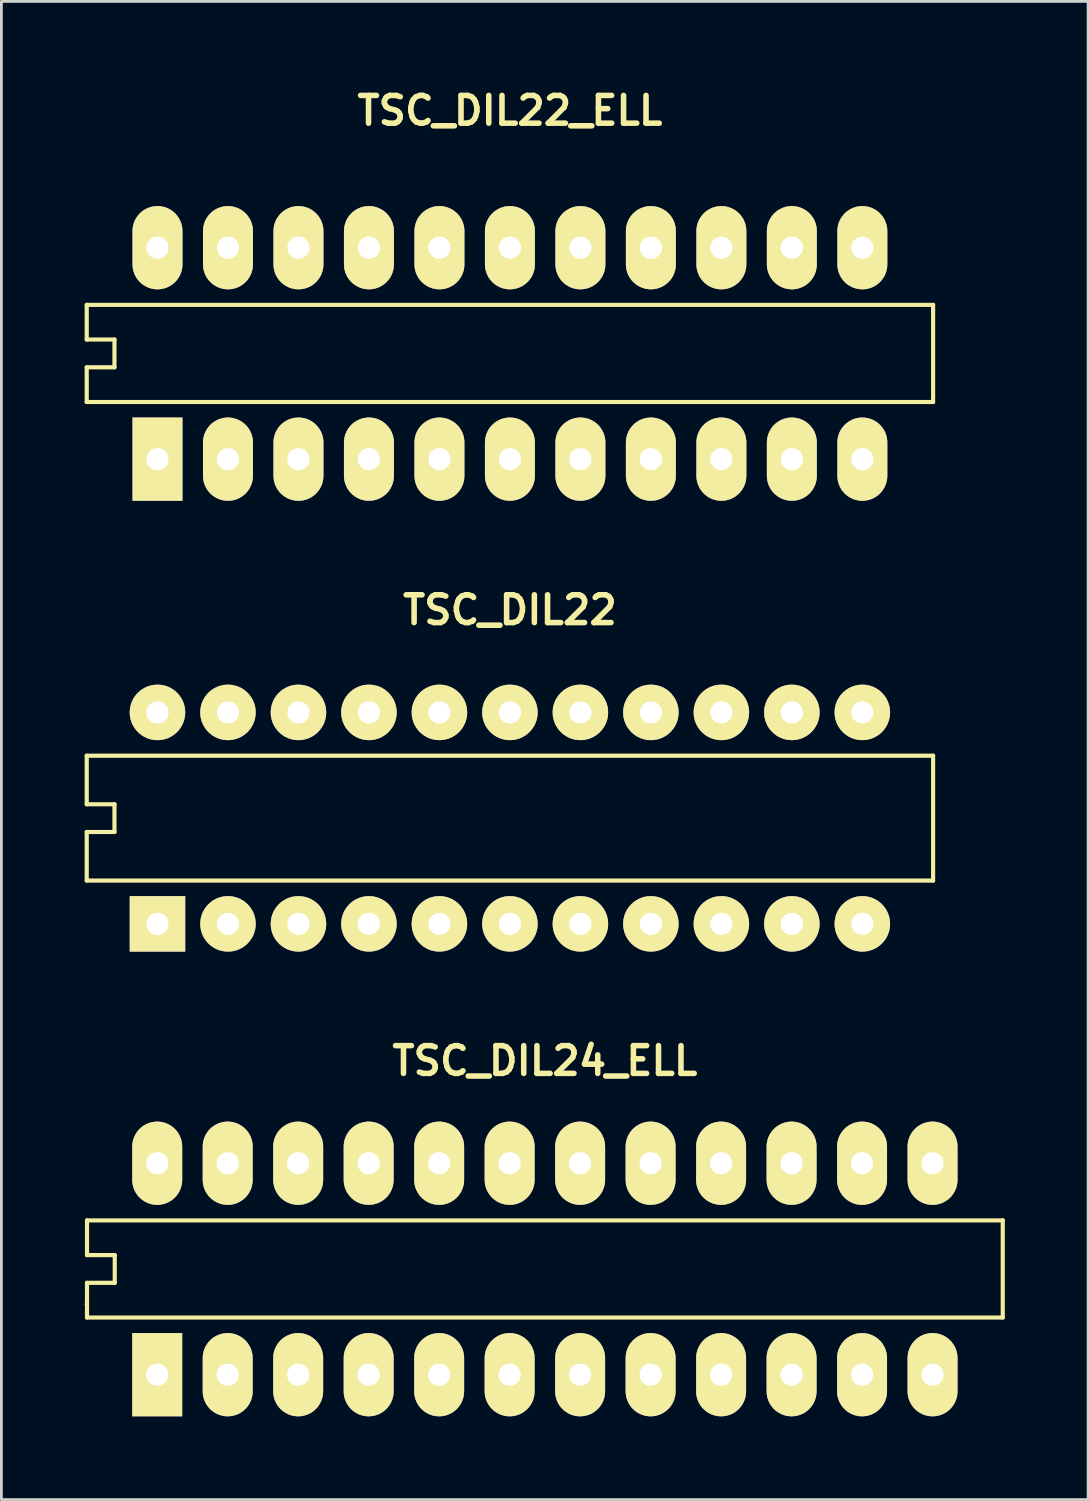
<source format=kicad_pcb>
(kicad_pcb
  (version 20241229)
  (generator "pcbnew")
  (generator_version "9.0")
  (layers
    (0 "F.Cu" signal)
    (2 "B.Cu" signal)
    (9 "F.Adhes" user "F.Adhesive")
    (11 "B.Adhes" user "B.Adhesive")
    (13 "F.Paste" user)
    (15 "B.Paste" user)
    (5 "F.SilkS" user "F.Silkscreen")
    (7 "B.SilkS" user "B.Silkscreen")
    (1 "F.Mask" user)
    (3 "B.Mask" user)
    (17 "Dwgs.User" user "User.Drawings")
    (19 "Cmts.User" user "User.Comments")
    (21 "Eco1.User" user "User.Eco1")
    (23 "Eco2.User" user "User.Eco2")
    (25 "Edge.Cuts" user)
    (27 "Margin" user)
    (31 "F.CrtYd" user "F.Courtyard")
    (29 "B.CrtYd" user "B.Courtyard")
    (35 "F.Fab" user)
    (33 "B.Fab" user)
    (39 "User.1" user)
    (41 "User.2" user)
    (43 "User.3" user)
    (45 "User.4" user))
  (footprint "TSC_DIL22"
    (layer "F.Cu")
    (at 15.325 26.432)
    (property "Reference" "TSC_DIL22" (at 0 -7.5 0) (layer "F.SilkS") (effects (font (size 1 1) (thickness 0.2))))
    (attr through_hole)
    (fp_line (start -15.25 -2.25) (end 15.25 -2.25) (stroke (width 0.15) (type solid)) (layer "F.SilkS"))
    (fp_line (start -15.25 -0.5) (end -15.25 -2.25) (stroke (width 0.15) (type solid)) (layer "F.SilkS"))
    (fp_line (start -15.25 0.5) (end -14.25 0.5) (stroke (width 0.15) (type solid)) (layer "F.SilkS"))
    (fp_line (start -15.25 2.25) (end -15.25 0.5) (stroke (width 0.15) (type solid)) (layer "F.SilkS"))
    (fp_line (start -14.25 -0.5) (end -15.25 -0.5) (stroke (width 0.15) (type solid)) (layer "F.SilkS"))
    (fp_line (start -14.25 0.5) (end -14.25 -0.5) (stroke (width 0.15) (type solid)) (layer "F.SilkS"))
    (fp_line (start 15.25 -2.25) (end 15.25 2.25) (stroke (width 0.15) (type solid)) (layer "F.SilkS"))
    (fp_line (start 15.25 2.25) (end -15.25 2.25) (stroke (width 0.15) (type solid)) (layer "F.SilkS"))
    (pad "1" thru_hole rect (at -12.7 3.81) (size 2 2) (drill 0.8) (layers "*.Cu" "*.Mask" "F.SilkS"))
    (pad "2" thru_hole circle (at -10.16 3.81) (size 2 2) (drill 0.8) (layers "*.Cu" "*.Mask" "F.SilkS"))
    (pad "3" thru_hole circle (at -7.62 3.81) (size 2 2) (drill 0.8) (layers "*.Cu" "*.Mask" "F.SilkS"))
    (pad "4" thru_hole circle (at -5.08 3.81) (size 2 2) (drill 0.8) (layers "*.Cu" "*.Mask" "F.SilkS"))
    (pad "5" thru_hole circle (at -2.54 3.81) (size 2 2) (drill 0.8) (layers "*.Cu" "*.Mask" "F.SilkS"))
    (pad "6" thru_hole circle (at 0 3.81) (size 2 2) (drill 0.8) (layers "*.Cu" "*.Mask" "F.SilkS"))
    (pad "7" thru_hole circle (at 2.54 3.81) (size 2 2) (drill 0.8) (layers "*.Cu" "*.Mask" "F.SilkS"))
    (pad "8" thru_hole circle (at 5.08 3.81) (size 2 2) (drill 0.8) (layers "*.Cu" "*.Mask" "F.SilkS"))
    (pad "9" thru_hole circle (at 7.62 3.81) (size 2 2) (drill 0.8) (layers "*.Cu" "*.Mask" "F.SilkS"))
    (pad "10" thru_hole circle (at 10.16 3.81) (size 2 2) (drill 0.8) (layers "*.Cu" "*.Mask" "F.SilkS"))
    (pad "11" thru_hole circle (at 12.7 3.81) (size 2 2) (drill 0.8) (layers "*.Cu" "*.Mask" "F.SilkS"))
    (pad "12" thru_hole circle (at 12.7 -3.81) (size 2 2) (drill 0.8) (layers "*.Cu" "*.Mask" "F.SilkS"))
    (pad "13" thru_hole circle (at 10.16 -3.81) (size 2 2) (drill 0.8) (layers "*.Cu" "*.Mask" "F.SilkS"))
    (pad "14" thru_hole circle (at 7.62 -3.81) (size 2 2) (drill 0.8) (layers "*.Cu" "*.Mask" "F.SilkS"))
    (pad "15" thru_hole circle (at 5.08 -3.81) (size 2 2) (drill 0.8) (layers "*.Cu" "*.Mask" "F.SilkS"))
    (pad "16" thru_hole circle (at 2.54 -3.81) (size 2 2) (drill 0.8) (layers "*.Cu" "*.Mask" "F.SilkS"))
    (pad "17" thru_hole circle (at 0 -3.81) (size 2 2) (drill 0.8) (layers "*.Cu" "*.Mask" "F.SilkS"))
    (pad "18" thru_hole circle (at -2.54 -3.81) (size 2 2) (drill 0.8) (layers "*.Cu" "*.Mask" "F.SilkS"))
    (pad "19" thru_hole circle (at -5.08 -3.81) (size 2 2) (drill 0.8) (layers "*.Cu" "*.Mask" "F.SilkS"))
    (pad "20" thru_hole circle (at -7.62 -3.81) (size 2 2) (drill 0.8) (layers "*.Cu" "*.Mask" "F.SilkS"))
    (pad "21" thru_hole circle (at -10.16 -3.81) (size 2 2) (drill 0.8) (layers "*.Cu" "*.Mask" "F.SilkS"))
    (pad "22" thru_hole circle (at -12.7 -3.81) (size 2 2) (drill 0.8) (layers "*.Cu" "*.Mask" "F.SilkS")))
  (footprint "TSC_DIL22_ELL"
    (layer "F.Cu")
    (at 15.325 9.686)
    (property "Reference" "TSC_DIL22_ELL" (at 0 -8.75 0) (layer "F.SilkS") (effects (font (size 1 1) (thickness 0.2))))
    (attr through_hole)
    (fp_line (start -15.25 -1.75) (end 15.25 -1.75) (stroke (width 0.15) (type solid)) (layer "F.SilkS"))
    (fp_line (start -15.25 -0.5) (end -15.25 -1.75) (stroke (width 0.15) (type solid)) (layer "F.SilkS"))
    (fp_line (start -15.25 0.5) (end -14.25 0.5) (stroke (width 0.15) (type solid)) (layer "F.SilkS"))
    (fp_line (start -15.25 1.75) (end -15.25 0.5) (stroke (width 0.15) (type solid)) (layer "F.SilkS"))
    (fp_line (start -14.25 -0.5) (end -15.25 -0.5) (stroke (width 0.15) (type solid)) (layer "F.SilkS"))
    (fp_line (start -14.25 0.5) (end -14.25 -0.5) (stroke (width 0.15) (type solid)) (layer "F.SilkS"))
    (fp_line (start 15.25 -1.75) (end 15.25 1.75) (stroke (width 0.15) (type solid)) (layer "F.SilkS"))
    (fp_line (start 15.25 1.75) (end -15.25 1.75) (stroke (width 0.15) (type solid)) (layer "F.SilkS"))
    (pad "1" thru_hole rect (at -12.7 3.81) (size 1.8 3) (drill 0.8) (layers "*.Cu" "*.Mask" "F.SilkS"))
    (pad "2" thru_hole oval (at -10.16 3.81) (size 1.8 3) (drill 0.8) (layers "*.Cu" "*.Mask" "F.SilkS"))
    (pad "3" thru_hole oval (at -7.62 3.81) (size 1.8 3) (drill 0.8) (layers "*.Cu" "*.Mask" "F.SilkS"))
    (pad "4" thru_hole oval (at -5.08 3.81) (size 1.8 3) (drill 0.8) (layers "*.Cu" "*.Mask" "F.SilkS"))
    (pad "5" thru_hole oval (at -2.54 3.81) (size 1.8 3) (drill 0.8) (layers "*.Cu" "*.Mask" "F.SilkS"))
    (pad "6" thru_hole oval (at 0 3.81) (size 1.8 3) (drill 0.8) (layers "*.Cu" "*.Mask" "F.SilkS"))
    (pad "7" thru_hole oval (at 2.54 3.81) (size 1.8 3) (drill 0.8) (layers "*.Cu" "*.Mask" "F.SilkS"))
    (pad "8" thru_hole oval (at 5.08 3.81) (size 1.8 3) (drill 0.8) (layers "*.Cu" "*.Mask" "F.SilkS"))
    (pad "9" thru_hole oval (at 7.62 3.81) (size 1.8 3) (drill 0.8) (layers "*.Cu" "*.Mask" "F.SilkS"))
    (pad "10" thru_hole oval (at 10.16 3.81) (size 1.8 3) (drill 0.8) (layers "*.Cu" "*.Mask" "F.SilkS"))
    (pad "11" thru_hole oval (at 12.7 3.81) (size 1.8 3) (drill 0.8) (layers "*.Cu" "*.Mask" "F.SilkS"))
    (pad "12" thru_hole oval (at 12.7 -3.81) (size 1.8 3) (drill 0.8) (layers "*.Cu" "*.Mask" "F.SilkS"))
    (pad "13" thru_hole oval (at 10.16 -3.81) (size 1.8 3) (drill 0.8) (layers "*.Cu" "*.Mask" "F.SilkS"))
    (pad "14" thru_hole oval (at 7.62 -3.81) (size 1.8 3) (drill 0.8) (layers "*.Cu" "*.Mask" "F.SilkS"))
    (pad "15" thru_hole oval (at 5.08 -3.81) (size 1.8 3) (drill 0.8) (layers "*.Cu" "*.Mask" "F.SilkS"))
    (pad "16" thru_hole oval (at 2.54 -3.81) (size 1.8 3) (drill 0.8) (layers "*.Cu" "*.Mask" "F.SilkS"))
    (pad "17" thru_hole oval (at 0 -3.81) (size 1.8 3) (drill 0.8) (layers "*.Cu" "*.Mask" "F.SilkS"))
    (pad "18" thru_hole oval (at -2.54 -3.81) (size 1.8 3) (drill 0.8) (layers "*.Cu" "*.Mask" "F.SilkS"))
    (pad "19" thru_hole oval (at -5.08 -3.81) (size 1.8 3) (drill 0.8) (layers "*.Cu" "*.Mask" "F.SilkS"))
    (pad "20" thru_hole oval (at -7.62 -3.81) (size 1.8 3) (drill 0.8) (layers "*.Cu" "*.Mask" "F.SilkS"))
    (pad "21" thru_hole oval (at -10.16 -3.81) (size 1.8 3) (drill 0.8) (layers "*.Cu" "*.Mask" "F.SilkS"))
    (pad "22" thru_hole oval (at -12.7 -3.81) (size 1.8 3) (drill 0.8) (layers "*.Cu" "*.Mask" "F.SilkS")))
  (footprint "TSC_DIL24_ELL"
    (layer "F.Cu")
    (at 16.585 42.678)
    (property "Reference" "TSC_DIL24_ELL" (at 0 -7.5 0) (layer "F.SilkS") (effects (font (size 1 1) (thickness 0.2))))
    (attr through_hole)
    (fp_line (start -16.51 1.27) (end -16.51 1.27) (stroke (width 0.15) (type solid)) (layer "F.SilkS"))
    (fp_line (start -16.5 -1.75) (end 16.5 -1.75) (stroke (width 0.15) (type solid)) (layer "F.SilkS"))
    (fp_line (start -16.5 -0.5) (end -16.5 -1.75) (stroke (width 0.15) (type solid)) (layer "F.SilkS"))
    (fp_line (start -16.5 0.5) (end -15.5 0.5) (stroke (width 0.15) (type solid)) (layer "F.SilkS"))
    (fp_line (start -16.5 1.75) (end -16.5 0.5) (stroke (width 0.15) (type solid)) (layer "F.SilkS"))
    (fp_line (start -15.5 -0.5) (end -16.5 -0.5) (stroke (width 0.15) (type solid)) (layer "F.SilkS"))
    (fp_line (start -15.5 0.5) (end -15.5 -0.5) (stroke (width 0.15) (type solid)) (layer "F.SilkS"))
    (fp_line (start 16.5 -1.75) (end 16.5 1.75) (stroke (width 0.15) (type solid)) (layer "F.SilkS"))
    (fp_line (start 16.5 1.75) (end -16.5 1.75) (stroke (width 0.15) (type solid)) (layer "F.SilkS"))
    (pad "1" thru_hole rect (at -13.97 3.81) (size 1.8 3) (drill 0.8) (layers "*.Cu" "*.Mask" "F.SilkS"))
    (pad "2" thru_hole oval (at -11.43 3.81) (size 1.8 3) (drill 0.8) (layers "*.Cu" "*.Mask" "F.SilkS"))
    (pad "3" thru_hole oval (at -8.89 3.81) (size 1.8 3) (drill 0.8) (layers "*.Cu" "*.Mask" "F.SilkS"))
    (pad "4" thru_hole oval (at -6.35 3.81) (size 1.8 3) (drill 0.8) (layers "*.Cu" "*.Mask" "F.SilkS"))
    (pad "5" thru_hole oval (at -3.81 3.81) (size 1.8 3) (drill 0.8) (layers "*.Cu" "*.Mask" "F.SilkS"))
    (pad "6" thru_hole oval (at -1.27 3.81) (size 1.8 3) (drill 0.8) (layers "*.Cu" "*.Mask" "F.SilkS"))
    (pad "7" thru_hole oval (at 1.27 3.81) (size 1.8 3) (drill 0.8) (layers "*.Cu" "*.Mask" "F.SilkS"))
    (pad "8" thru_hole oval (at 3.81 3.81) (size 1.8 3) (drill 0.8) (layers "*.Cu" "*.Mask" "F.SilkS"))
    (pad "9" thru_hole oval (at 6.35 3.81) (size 1.8 3) (drill 0.8) (layers "*.Cu" "*.Mask" "F.SilkS"))
    (pad "10" thru_hole oval (at 8.89 3.81) (size 1.8 3) (drill 0.8) (layers "*.Cu" "*.Mask" "F.SilkS"))
    (pad "11" thru_hole oval (at 11.43 3.81) (size 1.8 3) (drill 0.8) (layers "*.Cu" "*.Mask" "F.SilkS"))
    (pad "12" thru_hole oval (at 13.97 3.81) (size 1.8 3) (drill 0.8) (layers "*.Cu" "*.Mask" "F.SilkS"))
    (pad "13" thru_hole oval (at 13.97 -3.81) (size 1.8 3) (drill 0.8) (layers "*.Cu" "*.Mask" "F.SilkS"))
    (pad "14" thru_hole oval (at 11.43 -3.81) (size 1.8 3) (drill 0.8) (layers "*.Cu" "*.Mask" "F.SilkS"))
    (pad "15" thru_hole oval (at 8.89 -3.81) (size 1.8 3) (drill 0.8) (layers "*.Cu" "*.Mask" "F.SilkS"))
    (pad "16" thru_hole oval (at 6.35 -3.81) (size 1.8 3) (drill 0.8) (layers "*.Cu" "*.Mask" "F.SilkS"))
    (pad "17" thru_hole oval (at 3.81 -3.81) (size 1.8 3) (drill 0.8) (layers "*.Cu" "*.Mask" "F.SilkS"))
    (pad "18" thru_hole oval (at 1.27 -3.81) (size 1.8 3) (drill 0.8) (layers "*.Cu" "*.Mask" "F.SilkS"))
    (pad "19" thru_hole oval (at -1.27 -3.81) (size 1.8 3) (drill 0.8) (layers "*.Cu" "*.Mask" "F.SilkS"))
    (pad "20" thru_hole oval (at -3.81 -3.81) (size 1.8 3) (drill 0.8) (layers "*.Cu" "*.Mask" "F.SilkS"))
    (pad "21" thru_hole oval (at -6.35 -3.81) (size 1.8 3) (drill 0.8) (layers "*.Cu" "*.Mask" "F.SilkS"))
    (pad "22" thru_hole oval (at -8.89 -3.81) (size 1.8 3) (drill 0.8) (layers "*.Cu" "*.Mask" "F.SilkS"))
    (pad "23" thru_hole oval (at -11.43 -3.81) (size 1.8 3) (drill 0.8) (layers "*.Cu" "*.Mask" "F.SilkS"))
    (pad "24" thru_hole oval (at -13.97 -3.81) (size 1.8 3) (drill 0.8) (layers "*.Cu" "*.Mask" "F.SilkS")))
  (gr_rect
    (start -3 -3)
    (end 36.16 50.988)
    (stroke (width 0.1) (type default))
    (fill no)
    (layer "Edge.Cuts")))
</source>
